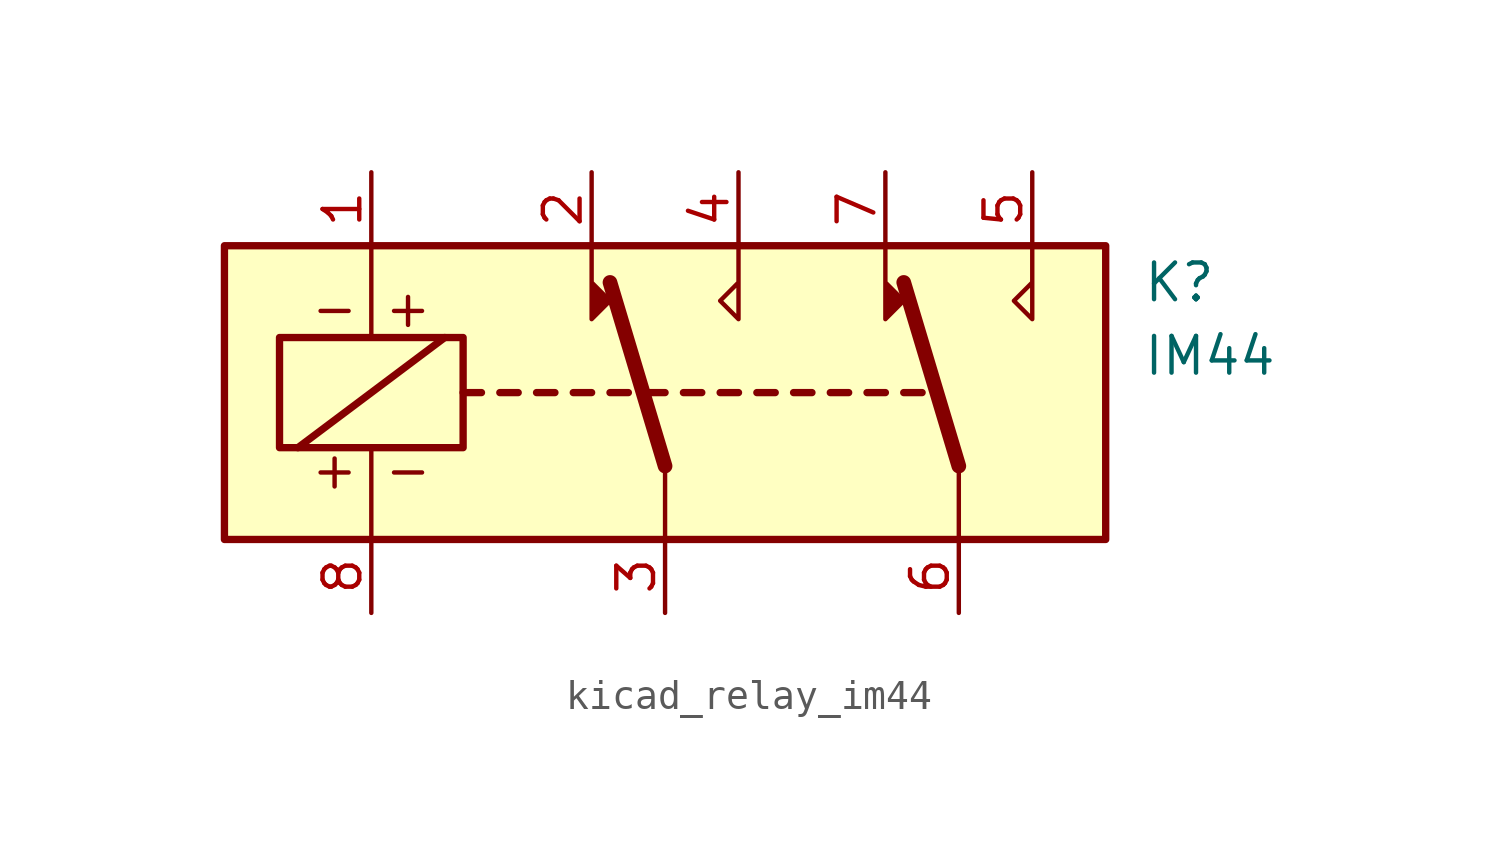
<source format=kicad_sym>
(kicad_symbol_lib
  (version 20220914)
  (generator kicad_symbol_editor)
  (symbol "kicad_relay_im44"
    (property "Reference" "K"
      (at 16.51 3.81 0)
      (effects (font (size 1.27 1.27)) (justify left)))
    (property "Value" "IM44"
      (at 16.51 1.27 0)
      (effects (font (size 1.27 1.27)) (justify left)))
    (symbol "kicad_relay_im44_0_0"
      (text "+ -" (at -10.16 -2.667 0) (effects (font (size 1.27 1.27))))
      (text "- +" (at -10.16 2.921 0) (effects (font (size 1.27 1.27)))))
    (symbol "kicad_relay_im44_0_1"
      (rectangle (start -15.24 5.08) (end 15.24 -5.08) (stroke (width 0.254) (type default)) (fill (type background)))
      (rectangle (start -13.335 1.905) (end -6.985 -1.905) (stroke (width 0.254) (type default)) (fill (type none)))
      (polyline (pts (xy -12.7 -1.905) (xy -7.62 1.905)) (stroke (width 0.254) (type default)) (fill (type none)))
      (polyline (pts (xy -10.16 -5.08) (xy -10.16 -1.905)) (stroke (width 0) (type default)) (fill (type none)))
      (polyline (pts (xy -10.16 5.08) (xy -10.16 1.905)) (stroke (width 0) (type default)) (fill (type none)))
      (polyline (pts (xy -6.985 0) (xy -6.35 0)) (stroke (width 0.254) (type default)) (fill (type none)))
      (polyline (pts (xy -5.715 0) (xy -5.08 0)) (stroke (width 0.254) (type default)) (fill (type none)))
      (polyline (pts (xy -4.445 0) (xy -3.81 0)) (stroke (width 0.254) (type default)) (fill (type none)))
      (polyline (pts (xy -3.175 0) (xy -2.54 0)) (stroke (width 0.254) (type default)) (fill (type none)))
      (polyline (pts (xy -1.905 0) (xy -1.27 0)) (stroke (width 0.254) (type default)) (fill (type none)))
      (polyline (pts (xy -0.635 0) (xy 0 0)) (stroke (width 0.254) (type default)) (fill (type none)))
      (polyline (pts (xy 0 -2.54) (xy -1.905 3.81)) (stroke (width 0.508) (type default)) (fill (type none)))
      (polyline (pts (xy 0 -2.54) (xy 0 -5.08)) (stroke (width 0) (type default)) (fill (type none)))
      (polyline (pts (xy 0.635 0) (xy 1.27 0)) (stroke (width 0.254) (type default)) (fill (type none)))
      (polyline (pts (xy 1.905 0) (xy 2.54 0)) (stroke (width 0.254) (type default)) (fill (type none)))
      (polyline (pts (xy 3.175 0) (xy 3.81 0)) (stroke (width 0.254) (type default)) (fill (type none)))
      (polyline (pts (xy 4.445 0) (xy 5.08 0)) (stroke (width 0.254) (type default)) (fill (type none)))
      (polyline (pts (xy 5.715 0) (xy 6.35 0)) (stroke (width 0.254) (type default)) (fill (type none)))
      (polyline (pts (xy 6.985 0) (xy 7.62 0)) (stroke (width 0.254) (type default)) (fill (type none)))
      (polyline (pts (xy 8.255 0) (xy 8.89 0)) (stroke (width 0.254) (type default)) (fill (type none)))
      (polyline (pts (xy 10.16 -2.54) (xy 8.255 3.81)) (stroke (width 0.508) (type default)) (fill (type none)))
      (polyline (pts (xy 10.16 -2.54) (xy 10.16 -5.08)) (stroke (width 0) (type default)) (fill (type none)))
      (polyline (pts (xy -2.54 5.08) (xy -2.54 2.54) (xy -1.905 3.175) (xy -2.54 3.81)) (stroke (width 0) (type default)) (fill (type outline)))
      (polyline (pts (xy 2.54 5.08) (xy 2.54 2.54) (xy 1.905 3.175) (xy 2.54 3.81)) (stroke (width 0) (type default)) (fill (type none)))
      (polyline (pts (xy 7.62 5.08) (xy 7.62 2.54) (xy 8.255 3.175) (xy 7.62 3.81)) (stroke (width 0) (type default)) (fill (type outline)))
      (polyline (pts (xy 12.7 5.08) (xy 12.7 2.54) (xy 12.065 3.175) (xy 12.7 3.81)) (stroke (width 0) (type default)) (fill (type none))))
    (symbol "kicad_relay_im44_1_1"
      (pin passive line (at -10.16 7.62 270) (length 2.54) (name "~" (effects (font (size 1.27 1.27)))) (number "1" (effects (font (size 1.27 1.27)))))
      (pin passive line (at -2.54 7.62 270) (length 2.54) (name "~" (effects (font (size 1.27 1.27)))) (number "2" (effects (font (size 1.27 1.27)))))
      (pin passive line (at 0 -7.62 90) (length 2.54) (name "~" (effects (font (size 1.27 1.27)))) (number "3" (effects (font (size 1.27 1.27)))))
      (pin passive line (at 2.54 7.62 270) (length 2.54) (name "~" (effects (font (size 1.27 1.27)))) (number "4" (effects (font (size 1.27 1.27)))))
      (pin passive line (at 12.7 7.62 270) (length 2.54) (name "~" (effects (font (size 1.27 1.27)))) (number "5" (effects (font (size 1.27 1.27)))))
      (pin passive line (at 10.16 -7.62 90) (length 2.54) (name "~" (effects (font (size 1.27 1.27)))) (number "6" (effects (font (size 1.27 1.27)))))
      (pin passive line (at 7.62 7.62 270) (length 2.54) (name "~" (effects (font (size 1.27 1.27)))) (number "7" (effects (font (size 1.27 1.27)))))
      (pin passive line (at -10.16 -7.62 90) (length 2.54) (name "~" (effects (font (size 1.27 1.27)))) (number "8" (effects (font (size 1.27 1.27))))))))
</source>
